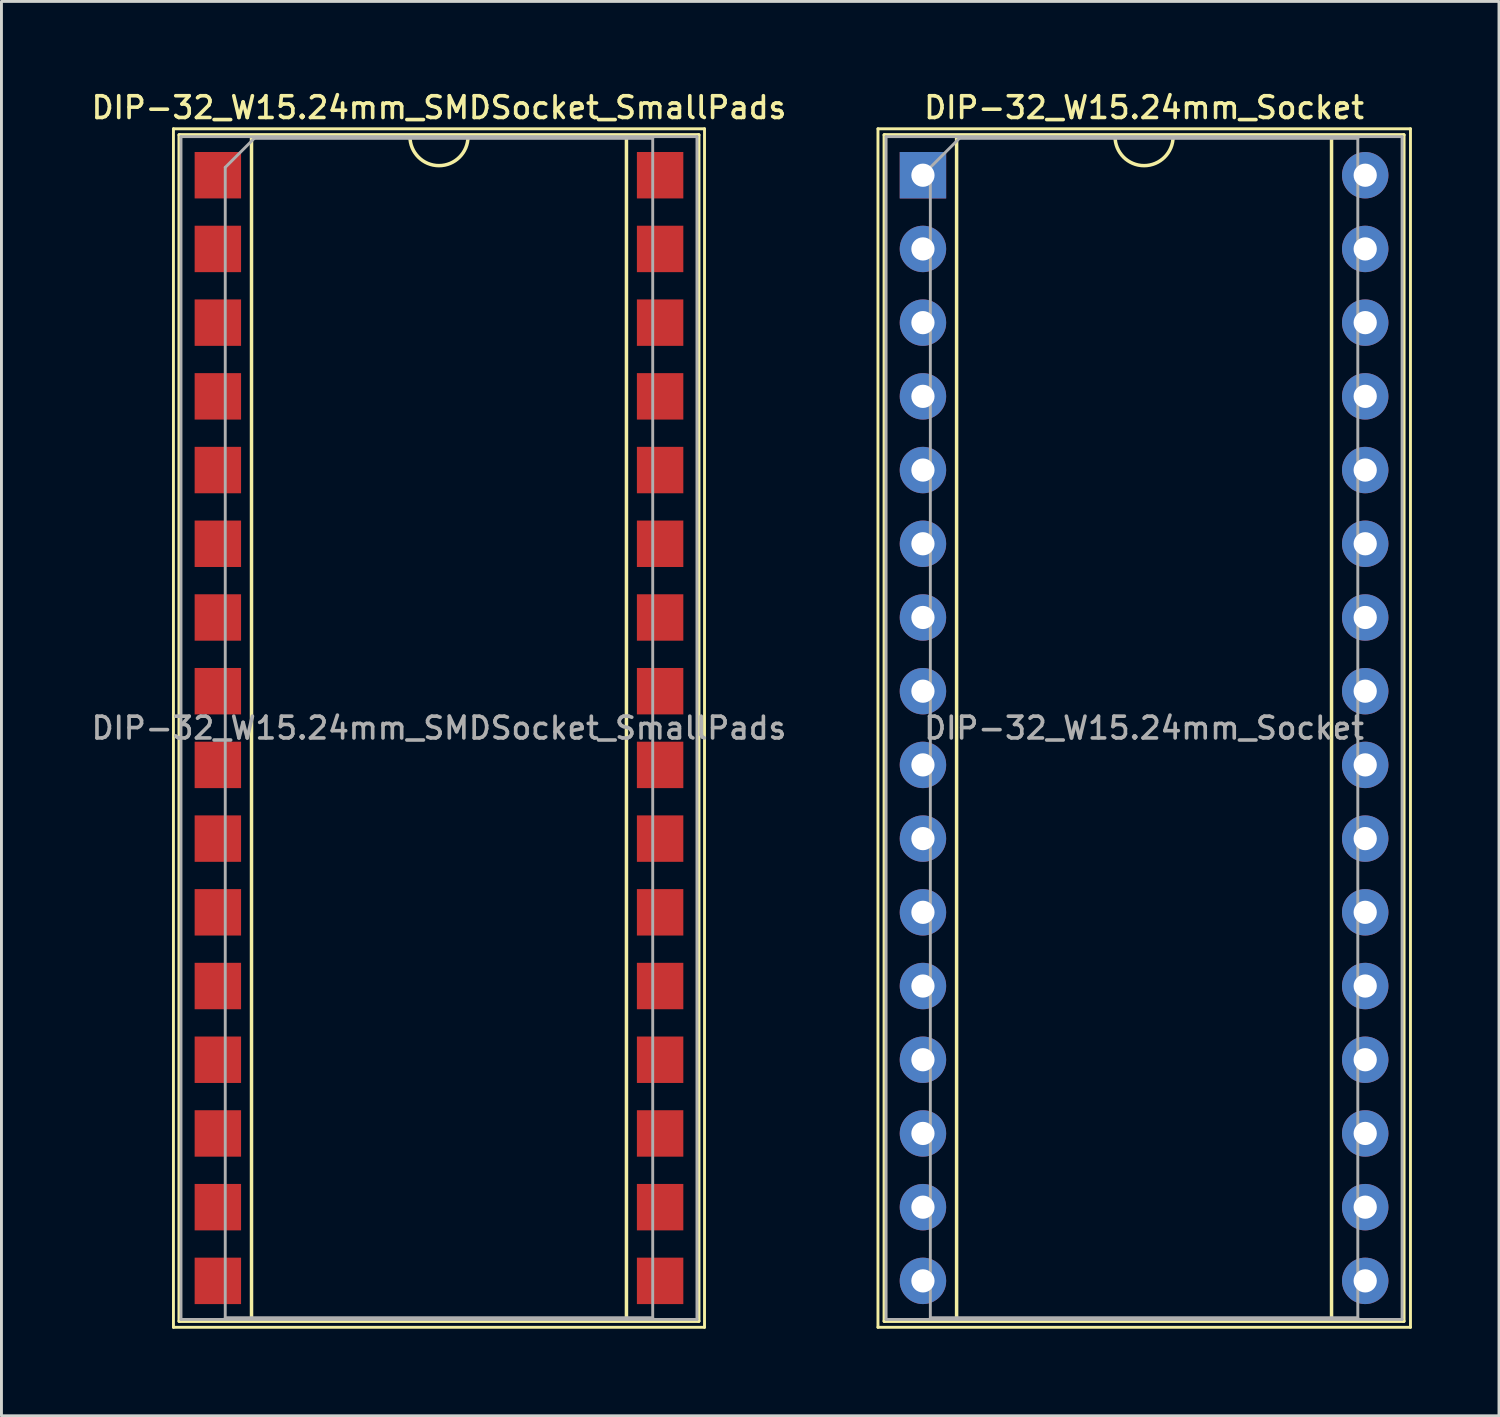
<source format=kicad_pcb>
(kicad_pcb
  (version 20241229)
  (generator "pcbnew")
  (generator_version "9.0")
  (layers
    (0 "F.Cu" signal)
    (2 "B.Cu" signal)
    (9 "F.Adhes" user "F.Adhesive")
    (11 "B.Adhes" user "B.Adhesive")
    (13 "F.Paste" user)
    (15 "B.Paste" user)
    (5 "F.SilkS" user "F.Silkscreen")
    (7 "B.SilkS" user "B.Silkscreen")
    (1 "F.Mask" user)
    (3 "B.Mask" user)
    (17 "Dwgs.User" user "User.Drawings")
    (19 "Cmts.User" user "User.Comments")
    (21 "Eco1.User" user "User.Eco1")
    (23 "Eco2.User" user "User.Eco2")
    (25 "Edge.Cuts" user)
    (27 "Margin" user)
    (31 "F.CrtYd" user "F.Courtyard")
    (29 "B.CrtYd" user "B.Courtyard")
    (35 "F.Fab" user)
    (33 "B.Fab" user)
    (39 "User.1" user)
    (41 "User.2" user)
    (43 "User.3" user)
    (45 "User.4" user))
  (footprint "DIP-32_W15.24mm_Socket"
    (layer "F.Cu")
    (at 28.754 2.988)
    (property "Reference" "DIP-32_W15.24mm_Socket" (at 7.62 -2.33 0) (layer "F.SilkS") (effects (font (size 0.75 0.75) (thickness 0.125))))
    (attr through_hole)
    (fp_line (start -1.55 -1.6) (end -1.55 39.7) (stroke (width 0.1) (type solid)) (layer "F.SilkS"))
    (fp_line (start -1.55 39.7) (end 16.8 39.7) (stroke (width 0.1) (type solid)) (layer "F.SilkS"))
    (fp_line (start -1.33 -1.39) (end -1.33 39.49) (stroke (width 0.12) (type solid)) (layer "F.SilkS"))
    (fp_line (start -1.33 39.49) (end 16.57 39.49) (stroke (width 0.12) (type solid)) (layer "F.SilkS"))
    (fp_line (start 1.16 -1.33) (end 1.16 39.43) (stroke (width 0.12) (type solid)) (layer "F.SilkS"))
    (fp_line (start 1.16 39.43) (end 14.08 39.43) (stroke (width 0.12) (type solid)) (layer "F.SilkS"))
    (fp_line (start 6.62 -1.33) (end 1.16 -1.33) (stroke (width 0.12) (type solid)) (layer "F.SilkS"))
    (fp_line (start 14.08 -1.33) (end 8.62 -1.33) (stroke (width 0.12) (type solid)) (layer "F.SilkS"))
    (fp_line (start 14.08 39.43) (end 14.08 -1.33) (stroke (width 0.12) (type solid)) (layer "F.SilkS"))
    (fp_line (start 16.57 -1.39) (end -1.33 -1.39) (stroke (width 0.12) (type solid)) (layer "F.SilkS"))
    (fp_line (start 16.57 39.49) (end 16.57 -1.39) (stroke (width 0.12) (type solid)) (layer "F.SilkS"))
    (fp_line (start 16.8 -1.6) (end -1.55 -1.6) (stroke (width 0.1) (type solid)) (layer "F.SilkS"))
    (fp_line (start 16.8 39.7) (end 16.8 -1.6) (stroke (width 0.1) (type solid)) (layer "F.SilkS"))
    (fp_arc (start 8.62 -1.33) (mid 7.62 -0.33) (end 6.62 -1.33) (stroke (width 0.12) (type solid)) (layer "F.SilkS"))
    (fp_line (start -1.27 -1.33) (end -1.27 39.43) (stroke (width 0.1) (type solid)) (layer "F.Fab"))
    (fp_line (start -1.27 39.43) (end 16.51 39.43) (stroke (width 0.1) (type solid)) (layer "F.Fab"))
    (fp_line (start 0.255 -0.27) (end 1.255 -1.27) (stroke (width 0.1) (type solid)) (layer "F.Fab"))
    (fp_line (start 0.255 39.37) (end 0.255 -0.27) (stroke (width 0.1) (type solid)) (layer "F.Fab"))
    (fp_line (start 1.255 -1.27) (end 14.985 -1.27) (stroke (width 0.1) (type solid)) (layer "F.Fab"))
    (fp_line (start 14.985 -1.27) (end 14.985 39.37) (stroke (width 0.1) (type solid)) (layer "F.Fab"))
    (fp_line (start 14.985 39.37) (end 0.255 39.37) (stroke (width 0.1) (type solid)) (layer "F.Fab"))
    (fp_line (start 16.51 -1.33) (end -1.27 -1.33) (stroke (width 0.1) (type solid)) (layer "F.Fab"))
    (fp_line (start 16.51 39.43) (end 16.51 -1.33) (stroke (width 0.1) (type solid)) (layer "F.Fab"))
    (fp_text user "${REFERENCE}" (at 7.62 19.05 0) (layer "F.Fab") (effects (font (size 0.75 0.75) (thickness 0.125))))
    (pad "1" thru_hole rect (at 0 0) (size 1.6 1.6) (drill 0.8) (layers "*.Cu" "*.Mask"))
    (pad "2" thru_hole oval (at 0 2.54) (size 1.6 1.6) (drill 0.8) (layers "*.Cu" "*.Mask"))
    (pad "3" thru_hole oval (at 0 5.08) (size 1.6 1.6) (drill 0.8) (layers "*.Cu" "*.Mask"))
    (pad "4" thru_hole oval (at 0 7.62) (size 1.6 1.6) (drill 0.8) (layers "*.Cu" "*.Mask"))
    (pad "5" thru_hole oval (at 0 10.16) (size 1.6 1.6) (drill 0.8) (layers "*.Cu" "*.Mask"))
    (pad "6" thru_hole oval (at 0 12.7) (size 1.6 1.6) (drill 0.8) (layers "*.Cu" "*.Mask"))
    (pad "7" thru_hole oval (at 0 15.24) (size 1.6 1.6) (drill 0.8) (layers "*.Cu" "*.Mask"))
    (pad "8" thru_hole oval (at 0 17.78) (size 1.6 1.6) (drill 0.8) (layers "*.Cu" "*.Mask"))
    (pad "9" thru_hole oval (at 0 20.32) (size 1.6 1.6) (drill 0.8) (layers "*.Cu" "*.Mask"))
    (pad "10" thru_hole oval (at 0 22.86) (size 1.6 1.6) (drill 0.8) (layers "*.Cu" "*.Mask"))
    (pad "11" thru_hole oval (at 0 25.4) (size 1.6 1.6) (drill 0.8) (layers "*.Cu" "*.Mask"))
    (pad "12" thru_hole oval (at 0 27.94) (size 1.6 1.6) (drill 0.8) (layers "*.Cu" "*.Mask"))
    (pad "13" thru_hole oval (at 0 30.48) (size 1.6 1.6) (drill 0.8) (layers "*.Cu" "*.Mask"))
    (pad "14" thru_hole oval (at 0 33.02) (size 1.6 1.6) (drill 0.8) (layers "*.Cu" "*.Mask"))
    (pad "15" thru_hole oval (at 0 35.56) (size 1.6 1.6) (drill 0.8) (layers "*.Cu" "*.Mask"))
    (pad "16" thru_hole oval (at 0 38.1) (size 1.6 1.6) (drill 0.8) (layers "*.Cu" "*.Mask"))
    (pad "17" thru_hole oval (at 15.24 38.1) (size 1.6 1.6) (drill 0.8) (layers "*.Cu" "*.Mask"))
    (pad "18" thru_hole oval (at 15.24 35.56) (size 1.6 1.6) (drill 0.8) (layers "*.Cu" "*.Mask"))
    (pad "19" thru_hole oval (at 15.24 33.02) (size 1.6 1.6) (drill 0.8) (layers "*.Cu" "*.Mask"))
    (pad "20" thru_hole oval (at 15.24 30.48) (size 1.6 1.6) (drill 0.8) (layers "*.Cu" "*.Mask"))
    (pad "21" thru_hole oval (at 15.24 27.94) (size 1.6 1.6) (drill 0.8) (layers "*.Cu" "*.Mask"))
    (pad "22" thru_hole oval (at 15.24 25.4) (size 1.6 1.6) (drill 0.8) (layers "*.Cu" "*.Mask"))
    (pad "23" thru_hole oval (at 15.24 22.86) (size 1.6 1.6) (drill 0.8) (layers "*.Cu" "*.Mask"))
    (pad "24" thru_hole oval (at 15.24 20.32) (size 1.6 1.6) (drill 0.8) (layers "*.Cu" "*.Mask"))
    (pad "25" thru_hole oval (at 15.24 17.78) (size 1.6 1.6) (drill 0.8) (layers "*.Cu" "*.Mask"))
    (pad "26" thru_hole oval (at 15.24 15.24) (size 1.6 1.6) (drill 0.8) (layers "*.Cu" "*.Mask"))
    (pad "27" thru_hole oval (at 15.24 12.7) (size 1.6 1.6) (drill 0.8) (layers "*.Cu" "*.Mask"))
    (pad "28" thru_hole oval (at 15.24 10.16) (size 1.6 1.6) (drill 0.8) (layers "*.Cu" "*.Mask"))
    (pad "29" thru_hole oval (at 15.24 7.62) (size 1.6 1.6) (drill 0.8) (layers "*.Cu" "*.Mask"))
    (pad "30" thru_hole oval (at 15.24 5.08) (size 1.6 1.6) (drill 0.8) (layers "*.Cu" "*.Mask"))
    (pad "31" thru_hole oval (at 15.24 2.54) (size 1.6 1.6) (drill 0.8) (layers "*.Cu" "*.Mask"))
    (pad "32" thru_hole oval (at 15.24 0) (size 1.6 1.6) (drill 0.8) (layers "*.Cu" "*.Mask")))
  (footprint "DIP-32_W15.24mm_SMDSocket_SmallPads"
    (layer "F.Cu")
    (at 12.077 22.038)
    (property "Reference" "DIP-32_W15.24mm_SMDSocket_SmallPads" (at 0 -21.38 0) (layer "F.SilkS") (effects (font (size 0.75 0.75) (thickness 0.125))))
    (attr smd)
    (fp_line (start -9.15 -20.65) (end -9.15 20.65) (stroke (width 0.1) (type solid)) (layer "F.SilkS"))
    (fp_line (start -9.15 20.65) (end 9.15 20.65) (stroke (width 0.1) (type solid)) (layer "F.SilkS"))
    (fp_line (start -8.95 -20.44) (end -8.95 20.44) (stroke (width 0.12) (type solid)) (layer "F.SilkS"))
    (fp_line (start -8.95 20.44) (end 8.95 20.44) (stroke (width 0.12) (type solid)) (layer "F.SilkS"))
    (fp_line (start -6.46 -20.38) (end -6.46 20.38) (stroke (width 0.12) (type solid)) (layer "F.SilkS"))
    (fp_line (start -6.46 20.38) (end 6.46 20.38) (stroke (width 0.12) (type solid)) (layer "F.SilkS"))
    (fp_line (start -1 -20.38) (end -6.46 -20.38) (stroke (width 0.12) (type solid)) (layer "F.SilkS"))
    (fp_line (start 6.46 -20.38) (end 1 -20.38) (stroke (width 0.12) (type solid)) (layer "F.SilkS"))
    (fp_line (start 6.46 20.38) (end 6.46 -20.38) (stroke (width 0.12) (type solid)) (layer "F.SilkS"))
    (fp_line (start 8.95 -20.44) (end -8.95 -20.44) (stroke (width 0.12) (type solid)) (layer "F.SilkS"))
    (fp_line (start 8.95 20.44) (end 8.95 -20.44) (stroke (width 0.12) (type solid)) (layer "F.SilkS"))
    (fp_line (start 9.15 -20.65) (end -9.15 -20.65) (stroke (width 0.1) (type solid)) (layer "F.SilkS"))
    (fp_line (start 9.15 20.65) (end 9.15 -20.65) (stroke (width 0.1) (type solid)) (layer "F.SilkS"))
    (fp_arc (start 1 -20.38) (mid 0 -19.38) (end -1 -20.38) (stroke (width 0.12) (type solid)) (layer "F.SilkS"))
    (fp_line (start -8.89 -20.38) (end -8.89 20.38) (stroke (width 0.1) (type solid)) (layer "F.Fab"))
    (fp_line (start -8.89 20.38) (end 8.89 20.38) (stroke (width 0.1) (type solid)) (layer "F.Fab"))
    (fp_line (start -7.365 -19.32) (end -6.365 -20.32) (stroke (width 0.1) (type solid)) (layer "F.Fab"))
    (fp_line (start -7.365 20.32) (end -7.365 -19.32) (stroke (width 0.1) (type solid)) (layer "F.Fab"))
    (fp_line (start -6.365 -20.32) (end 7.365 -20.32) (stroke (width 0.1) (type solid)) (layer "F.Fab"))
    (fp_line (start 7.365 -20.32) (end 7.365 20.32) (stroke (width 0.1) (type solid)) (layer "F.Fab"))
    (fp_line (start 7.365 20.32) (end -7.365 20.32) (stroke (width 0.1) (type solid)) (layer "F.Fab"))
    (fp_line (start 8.89 -20.38) (end -8.89 -20.38) (stroke (width 0.1) (type solid)) (layer "F.Fab"))
    (fp_line (start 8.89 20.38) (end 8.89 -20.38) (stroke (width 0.1) (type solid)) (layer "F.Fab"))
    (fp_text user "${REFERENCE}" (at 0 0 0) (layer "F.Fab") (effects (font (size 0.75 0.75) (thickness 0.125))))
    (pad "1" smd rect (at -7.62 -19.05) (size 1.6 1.6) (layers "F.Cu" "F.Mask" "F.Paste"))
    (pad "2" smd rect (at -7.62 -16.51) (size 1.6 1.6) (layers "F.Cu" "F.Mask" "F.Paste"))
    (pad "3" smd rect (at -7.62 -13.97) (size 1.6 1.6) (layers "F.Cu" "F.Mask" "F.Paste"))
    (pad "4" smd rect (at -7.62 -11.43) (size 1.6 1.6) (layers "F.Cu" "F.Mask" "F.Paste"))
    (pad "5" smd rect (at -7.62 -8.89) (size 1.6 1.6) (layers "F.Cu" "F.Mask" "F.Paste"))
    (pad "6" smd rect (at -7.62 -6.35) (size 1.6 1.6) (layers "F.Cu" "F.Mask" "F.Paste"))
    (pad "7" smd rect (at -7.62 -3.81) (size 1.6 1.6) (layers "F.Cu" "F.Mask" "F.Paste"))
    (pad "8" smd rect (at -7.62 -1.27) (size 1.6 1.6) (layers "F.Cu" "F.Mask" "F.Paste"))
    (pad "9" smd rect (at -7.62 1.27) (size 1.6 1.6) (layers "F.Cu" "F.Mask" "F.Paste"))
    (pad "10" smd rect (at -7.62 3.81) (size 1.6 1.6) (layers "F.Cu" "F.Mask" "F.Paste"))
    (pad "11" smd rect (at -7.62 6.35) (size 1.6 1.6) (layers "F.Cu" "F.Mask" "F.Paste"))
    (pad "12" smd rect (at -7.62 8.89) (size 1.6 1.6) (layers "F.Cu" "F.Mask" "F.Paste"))
    (pad "13" smd rect (at -7.62 11.43) (size 1.6 1.6) (layers "F.Cu" "F.Mask" "F.Paste"))
    (pad "14" smd rect (at -7.62 13.97) (size 1.6 1.6) (layers "F.Cu" "F.Mask" "F.Paste"))
    (pad "15" smd rect (at -7.62 16.51) (size 1.6 1.6) (layers "F.Cu" "F.Mask" "F.Paste"))
    (pad "16" smd rect (at -7.62 19.05) (size 1.6 1.6) (layers "F.Cu" "F.Mask" "F.Paste"))
    (pad "17" smd rect (at 7.62 19.05) (size 1.6 1.6) (layers "F.Cu" "F.Mask" "F.Paste"))
    (pad "18" smd rect (at 7.62 16.51) (size 1.6 1.6) (layers "F.Cu" "F.Mask" "F.Paste"))
    (pad "19" smd rect (at 7.62 13.97) (size 1.6 1.6) (layers "F.Cu" "F.Mask" "F.Paste"))
    (pad "20" smd rect (at 7.62 11.43) (size 1.6 1.6) (layers "F.Cu" "F.Mask" "F.Paste"))
    (pad "21" smd rect (at 7.62 8.89) (size 1.6 1.6) (layers "F.Cu" "F.Mask" "F.Paste"))
    (pad "22" smd rect (at 7.62 6.35) (size 1.6 1.6) (layers "F.Cu" "F.Mask" "F.Paste"))
    (pad "23" smd rect (at 7.62 3.81) (size 1.6 1.6) (layers "F.Cu" "F.Mask" "F.Paste"))
    (pad "24" smd rect (at 7.62 1.27) (size 1.6 1.6) (layers "F.Cu" "F.Mask" "F.Paste"))
    (pad "25" smd rect (at 7.62 -1.27) (size 1.6 1.6) (layers "F.Cu" "F.Mask" "F.Paste"))
    (pad "26" smd rect (at 7.62 -3.81) (size 1.6 1.6) (layers "F.Cu" "F.Mask" "F.Paste"))
    (pad "27" smd rect (at 7.62 -6.35) (size 1.6 1.6) (layers "F.Cu" "F.Mask" "F.Paste"))
    (pad "28" smd rect (at 7.62 -8.89) (size 1.6 1.6) (layers "F.Cu" "F.Mask" "F.Paste"))
    (pad "29" smd rect (at 7.62 -11.43) (size 1.6 1.6) (layers "F.Cu" "F.Mask" "F.Paste"))
    (pad "30" smd rect (at 7.62 -13.97) (size 1.6 1.6) (layers "F.Cu" "F.Mask" "F.Paste"))
    (pad "31" smd rect (at 7.62 -16.51) (size 1.6 1.6) (layers "F.Cu" "F.Mask" "F.Paste"))
    (pad "32" smd rect (at 7.62 -19.05) (size 1.6 1.6) (layers "F.Cu" "F.Mask" "F.Paste")))
  (gr_rect
    (start -3 -3)
    (end 48.604 45.738)
    (stroke (width 0.1) (type default))
    (fill no)
    (layer "Edge.Cuts")))
</source>
